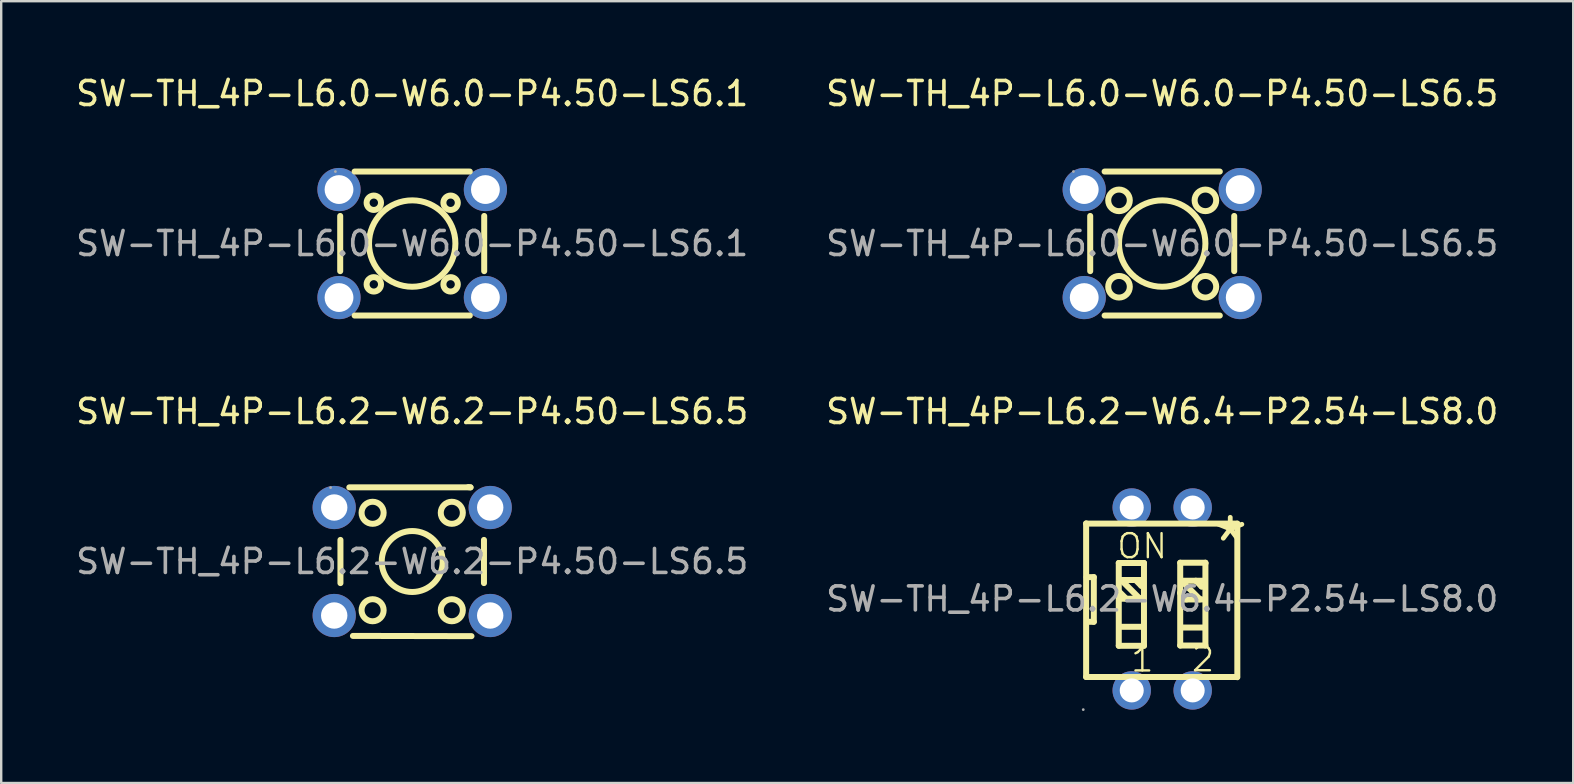
<source format=kicad_pcb>
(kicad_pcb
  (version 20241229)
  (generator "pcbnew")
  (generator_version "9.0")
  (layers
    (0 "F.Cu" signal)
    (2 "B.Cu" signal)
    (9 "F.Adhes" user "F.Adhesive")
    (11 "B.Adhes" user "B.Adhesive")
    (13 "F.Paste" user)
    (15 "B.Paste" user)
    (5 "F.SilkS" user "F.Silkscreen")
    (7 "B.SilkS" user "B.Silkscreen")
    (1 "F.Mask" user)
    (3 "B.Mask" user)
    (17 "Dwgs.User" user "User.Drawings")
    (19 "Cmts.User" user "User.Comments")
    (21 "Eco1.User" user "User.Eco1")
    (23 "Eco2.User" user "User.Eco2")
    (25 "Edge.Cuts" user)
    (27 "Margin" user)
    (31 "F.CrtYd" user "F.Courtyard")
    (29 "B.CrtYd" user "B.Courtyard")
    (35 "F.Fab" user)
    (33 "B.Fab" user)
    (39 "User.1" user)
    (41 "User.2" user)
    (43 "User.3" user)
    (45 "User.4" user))
  (footprint "SW-TH_4P-L6.0-W6.0-P4.50-LS6.5"
    (layer "F.Cu")
    (at 45.375 7.098)
    (property "Reference" "SW-TH_4P-L6.0-W6.0-P4.50-LS6.5" (at 0 -6.25 0) (layer "F.SilkS") (effects (font (size 1 1) (thickness 0.15))))
    (attr through_hole)
    (fp_line (start -3 1.15) (end -3 -1.15) (stroke (width 0.25) (type solid)) (layer "F.SilkS"))
    (fp_line (start -2.4 -3) (end 2.4 -3) (stroke (width 0.25) (type solid)) (layer "F.SilkS"))
    (fp_line (start 2.4 3) (end -2.4 3) (stroke (width 0.25) (type solid)) (layer "F.SilkS"))
    (fp_line (start 3 -1.15) (end 3 1.15) (stroke (width 0.25) (type solid)) (layer "F.SilkS"))
    (fp_circle (center -1.8 -1.8) (end -1.35 -1.8) (stroke (width 0.25) (type solid)) (fill no) (layer "F.SilkS"))
    (fp_circle (center -1.8 1.8) (end -1.35 1.8) (stroke (width 0.25) (type solid)) (fill no) (layer "F.SilkS"))
    (fp_circle (center 0 0) (end 1.8 0) (stroke (width 0.25) (type solid)) (fill no) (layer "F.SilkS"))
    (fp_circle (center 1.8 -1.8) (end 2.25 -1.8) (stroke (width 0.25) (type solid)) (fill no) (layer "F.SilkS"))
    (fp_circle (center 1.8 1.8) (end 2.25 1.8) (stroke (width 0.25) (type solid)) (fill no) (layer "F.SilkS"))
    (fp_circle (center -3.7 -3) (end -3.67 -3) (stroke (width 0.06) (type solid)) (fill no) (layer "F.Fab"))
    (fp_text user "${REFERENCE}" (at 0 0 0) (layer "F.Fab") (effects (font (size 1 1) (thickness 0.15))))
    (pad "1" thru_hole circle (at -3.25 -2.25) (size 1.8 1.8) (drill 1.2) (layers "*.Cu" "*.Paste" "*.Mask"))
    (pad "2" thru_hole circle (at 3.25 -2.25) (size 1.8 1.8) (drill 1.2) (layers "*.Cu" "*.Paste" "*.Mask"))
    (pad "3" thru_hole circle (at -3.25 2.25) (size 1.8 1.8) (drill 1.2) (layers "*.Cu" "*.Paste" "*.Mask"))
    (pad "4" thru_hole circle (at 3.25 2.25) (size 1.8 1.8) (drill 1.2) (layers "*.Cu" "*.Paste" "*.Mask")))
  (footprint "SW-TH_4P-L6.0-W6.0-P4.50-LS6.1"
    (layer "F.Cu")
    (at 14.125 7.098)
    (property "Reference" "SW-TH_4P-L6.0-W6.0-P4.50-LS6.1" (at 0 -6.25 0) (layer "F.SilkS") (effects (font (size 1 1) (thickness 0.15))))
    (attr through_hole)
    (fp_line (start -3 1.15) (end -3 -1.15) (stroke (width 0.25) (type solid)) (layer "F.SilkS"))
    (fp_line (start -2.4 -3) (end 2.4 -3) (stroke (width 0.25) (type solid)) (layer "F.SilkS"))
    (fp_line (start 2.4 3) (end -2.4 3) (stroke (width 0.25) (type solid)) (layer "F.SilkS"))
    (fp_line (start 3 -1.15) (end 3 1.15) (stroke (width 0.25) (type solid)) (layer "F.SilkS"))
    (fp_circle (center -1.6 -1.7) (end -1.3 -1.7) (stroke (width 0.25) (type solid)) (fill no) (layer "F.SilkS"))
    (fp_circle (center -1.6 1.7) (end -1.3 1.7) (stroke (width 0.25) (type solid)) (fill no) (layer "F.SilkS"))
    (fp_circle (center 0 0) (end 1.8 0) (stroke (width 0.25) (type solid)) (fill no) (layer "F.SilkS"))
    (fp_circle (center 1.6 -1.7) (end 1.9 -1.7) (stroke (width 0.25) (type solid)) (fill no) (layer "F.SilkS"))
    (fp_circle (center 1.6 1.7) (end 1.9 1.7) (stroke (width 0.25) (type solid)) (fill no) (layer "F.SilkS"))
    (fp_circle (center -3.2 -3) (end -3.17 -3) (stroke (width 0.06) (type solid)) (fill no) (layer "F.Fab"))
    (fp_text user "${REFERENCE}" (at 0 0 0) (layer "F.Fab") (effects (font (size 1 1) (thickness 0.15))))
    (pad "1" thru_hole circle (at -3.05 -2.25) (size 1.8 1.8) (drill 1.2) (layers "*.Cu" "*.Paste" "*.Mask"))
    (pad "2" thru_hole circle (at 3.05 -2.25) (size 1.8 1.8) (drill 1.2) (layers "*.Cu" "*.Paste" "*.Mask"))
    (pad "3" thru_hole circle (at -3.05 2.25) (size 1.8 1.8) (drill 1.2) (layers "*.Cu" "*.Paste" "*.Mask"))
    (pad "4" thru_hole circle (at 3.05 2.25) (size 1.8 1.8) (drill 1.2) (layers "*.Cu" "*.Paste" "*.Mask")))
  (footprint "SW-TH_4P-L6.2-W6.2-P4.50-LS6.5"
    (layer "F.Cu")
    (at 14.125 20.346)
    (property "Reference" "SW-TH_4P-L6.2-W6.2-P4.50-LS6.5" (at 0 -6.25 0) (layer "F.SilkS") (effects (font (size 1 1) (thickness 0.15))))
    (attr through_hole)
    (fp_line (start -2.99 0.9) (end -2.99 -0.9) (stroke (width 0.25) (type solid)) (layer "F.SilkS"))
    (fp_line (start -2.62 -3.09) (end 2.43 -3.09) (stroke (width 0.25) (type solid)) (layer "F.SilkS"))
    (fp_line (start 2.43 -3.09) (end 2.34 -3.1) (stroke (width 0.25) (type solid)) (layer "F.SilkS"))
    (fp_line (start 2.47 3.11) (end -2.47 3.1) (stroke (width 0.25) (type solid)) (layer "F.SilkS"))
    (fp_line (start 2.99 -0.9) (end 2.99 0.9) (stroke (width 0.25) (type solid)) (layer "F.SilkS"))
    (fp_circle (center -1.65 -2.03) (end -1.19 -2.03) (stroke (width 0.25) (type solid)) (fill no) (layer "F.SilkS"))
    (fp_circle (center -1.65 2.03) (end -1.19 2.03) (stroke (width 0.25) (type solid)) (fill no) (layer "F.SilkS"))
    (fp_circle (center 0 0) (end 1.27 0) (stroke (width 0.25) (type solid)) (fill no) (layer "F.SilkS"))
    (fp_circle (center 1.65 -2.03) (end 2.11 -2.03) (stroke (width 0.25) (type solid)) (fill no) (layer "F.SilkS"))
    (fp_circle (center 1.65 2.03) (end 2.11 2.03) (stroke (width 0.25) (type solid)) (fill no) (layer "F.SilkS"))
    (fp_circle (center -3.4 -3.08) (end -3.37 -3.08) (stroke (width 0.06) (type solid)) (fill no) (layer "F.Fab"))
    (fp_text user "${REFERENCE}" (at 0 0 0) (layer "F.Fab") (effects (font (size 1 1) (thickness 0.15))))
    (pad "1" thru_hole circle (at -3.25 -2.25) (size 1.8 1.8) (drill 1.1) (layers "*.Cu" "*.Paste" "*.Mask"))
    (pad "2" thru_hole circle (at 3.25 -2.25) (size 1.8 1.8) (drill 1.1) (layers "*.Cu" "*.Paste" "*.Mask"))
    (pad "3" thru_hole circle (at -3.25 2.25) (size 1.8 1.8) (drill 1.1) (layers "*.Cu" "*.Paste" "*.Mask"))
    (pad "4" thru_hole circle (at 3.25 2.25) (size 1.8 1.8) (drill 1.1) (layers "*.Cu" "*.Paste" "*.Mask")))
  (footprint "SW-TH_4P-L6.2-W6.4-P2.54-LS8.0"
    (layer "F.Cu")
    (at 45.375 21.907)
    (property "Reference" "SW-TH_4P-L6.2-W6.4-P2.54-LS8.0" (at 0 -7.81 0) (layer "F.SilkS") (effects (font (size 1 1) (thickness 0.15))))
    (attr through_hole)
    (fp_line (start -3.17 -3.15) (end -3.17 3.25) (stroke (width 0.25) (type solid)) (layer "F.SilkS"))
    (fp_line (start -3.17 -3.14) (end 3.12 -3.14) (stroke (width 0.25) (type solid)) (layer "F.SilkS"))
    (fp_line (start -3.17 3.25) (end 3.12 3.25) (stroke (width 0.25) (type solid)) (layer "F.SilkS"))
    (fp_line (start -3.15 -0.91) (end -2.85 -0.91) (stroke (width 0.25) (type solid)) (layer "F.SilkS"))
    (fp_line (start -2.85 -0.91) (end -2.85 0.95) (stroke (width 0.25) (type solid)) (layer "F.SilkS"))
    (fp_line (start -2.85 0.95) (end -3.12 0.95) (stroke (width 0.25) (type solid)) (layer "F.SilkS"))
    (fp_line (start -1.81 -1.5) (end -1.81 1.95) (stroke (width 0.25) (type solid)) (layer "F.SilkS"))
    (fp_line (start -1.81 1.95) (end -0.76 1.95) (stroke (width 0.25) (type solid)) (layer "F.SilkS"))
    (fp_line (start -1.71 -0.79) (end -0.96 -0.04) (stroke (width 0.25) (type solid)) (layer "F.SilkS"))
    (fp_line (start -1.7 -0.01) (end -0.83 -0.01) (stroke (width 0.25) (type solid)) (layer "F.SilkS"))
    (fp_line (start -1.68 -0.79) (end -0.81 -0.79) (stroke (width 0.25) (type solid)) (layer "F.SilkS"))
    (fp_line (start -1.68 1.16) (end -0.81 1.16) (stroke (width 0.25) (type solid)) (layer "F.SilkS"))
    (fp_line (start -1.5 -0.01) (end -1.77 -0.28) (stroke (width 0.25) (type solid)) (layer "F.SilkS"))
    (fp_line (start -1.11 -0.79) (end -0.87 -0.55) (stroke (width 0.25) (type solid)) (layer "F.SilkS"))
    (fp_line (start -0.96 -0.04) (end -0.96 -0.01) (stroke (width 0.25) (type solid)) (layer "F.SilkS"))
    (fp_line (start -0.87 -0.55) (end -0.84 -0.55) (stroke (width 0.25) (type solid)) (layer "F.SilkS"))
    (fp_line (start -0.76 -1.5) (end -1.81 -1.5) (stroke (width 0.25) (type solid)) (layer "F.SilkS"))
    (fp_line (start -0.76 -1.47) (end -0.76 -1.5) (stroke (width 0.25) (type solid)) (layer "F.SilkS"))
    (fp_line (start -0.76 1.95) (end -0.76 -1.47) (stroke (width 0.25) (type solid)) (layer "F.SilkS"))
    (fp_line (start 0.75 -1.51) (end 0.75 1.94) (stroke (width 0.25) (type solid)) (layer "F.SilkS"))
    (fp_line (start 0.75 1.94) (end 1.8 1.94) (stroke (width 0.25) (type solid)) (layer "F.SilkS"))
    (fp_line (start 0.8 -0.76) (end 1.55 -0.01) (stroke (width 0.25) (type solid)) (layer "F.SilkS"))
    (fp_line (start 0.81 0.02) (end 1.68 0.02) (stroke (width 0.25) (type solid)) (layer "F.SilkS"))
    (fp_line (start 0.83 -0.76) (end 1.7 -0.76) (stroke (width 0.25) (type solid)) (layer "F.SilkS"))
    (fp_line (start 0.83 1.19) (end 1.7 1.19) (stroke (width 0.25) (type solid)) (layer "F.SilkS"))
    (fp_line (start 1.01 0.02) (end 0.74 -0.25) (stroke (width 0.25) (type solid)) (layer "F.SilkS"))
    (fp_line (start 1.4 -0.76) (end 1.64 -0.52) (stroke (width 0.25) (type solid)) (layer "F.SilkS"))
    (fp_line (start 1.55 -0.01) (end 1.55 0.02) (stroke (width 0.25) (type solid)) (layer "F.SilkS"))
    (fp_line (start 1.64 -0.52) (end 1.67 -0.52) (stroke (width 0.25) (type solid)) (layer "F.SilkS"))
    (fp_line (start 1.8 -1.51) (end 0.75 -1.51) (stroke (width 0.25) (type solid)) (layer "F.SilkS"))
    (fp_line (start 1.8 -1.48) (end 1.8 -1.51) (stroke (width 0.25) (type solid)) (layer "F.SilkS"))
    (fp_line (start 1.8 1.94) (end 1.8 -1.48) (stroke (width 0.25) (type solid)) (layer "F.SilkS"))
    (fp_line (start 3.13 -3.14) (end 3.13 3.26) (stroke (width 0.25) (type solid)) (layer "F.SilkS"))
    (fp_circle (center -3.29 4.61) (end -3.26 4.61) (stroke (width 0.06) (type solid)) (fill no) (layer "F.Fab"))
    (fp_circle (center -1.27 -3.81) (end -1.07 -3.81) (stroke (width 0.4) (type solid)) (fill no) (layer "F.Fab"))
    (fp_circle (center -1.27 3.81) (end -1.07 3.81) (stroke (width 0.4) (type solid)) (fill no) (layer "F.Fab"))
    (fp_circle (center 1.27 -3.81) (end 1.47 -3.81) (stroke (width 0.4) (type solid)) (fill no) (layer "F.Fab"))
    (fp_circle (center 1.27 3.81) (end 1.47 3.81) (stroke (width 0.4) (type solid)) (fill no) (layer "F.Fab"))
    (fp_text user "1" (at -1.37 2.52 0) (layer "F.SilkS") (effects (font (size 1 1) (thickness 0.1)) (justify left)))
    (fp_text user "ON" (at -1.95 -2.2 0) (layer "F.SilkS") (effects (font (size 1 1) (thickness 0.1)) (justify left)))
    (fp_text user "2" (at 1.16 2.51 0) (layer "F.SilkS") (effects (font (size 1 1) (thickness 0.1)) (justify left)))
    (fp_text user "*" (at 1.93 -2.3 0) (layer "F.SilkS") (effects (font (size 2.03 2.03) (thickness 0.2)) (justify left)))
    (fp_text user "${REFERENCE}" (at 0 0 0) (layer "F.Fab") (effects (font (size 1 1) (thickness 0.15))))
    (pad "1" thru_hole circle (at -1.27 3.81) (size 1.6 1.6) (drill 1) (layers "*.Cu" "*.Paste" "*.Mask"))
    (pad "2" thru_hole circle (at 1.27 3.81) (size 1.6 1.6) (drill 1) (layers "*.Cu" "*.Paste" "*.Mask"))
    (pad "3" thru_hole circle (at 1.27 -3.81) (size 1.6 1.6) (drill 1) (layers "*.Cu" "*.Paste" "*.Mask"))
    (pad "4" thru_hole circle (at -1.27 -3.81) (size 1.6 1.6) (drill 1) (layers "*.Cu" "*.Paste" "*.Mask")))
  (gr_rect
    (start -3 -3)
    (end 62.5 29.576)
    (stroke (width 0.1) (type default))
    (fill no)
    (layer "Edge.Cuts")))
</source>
